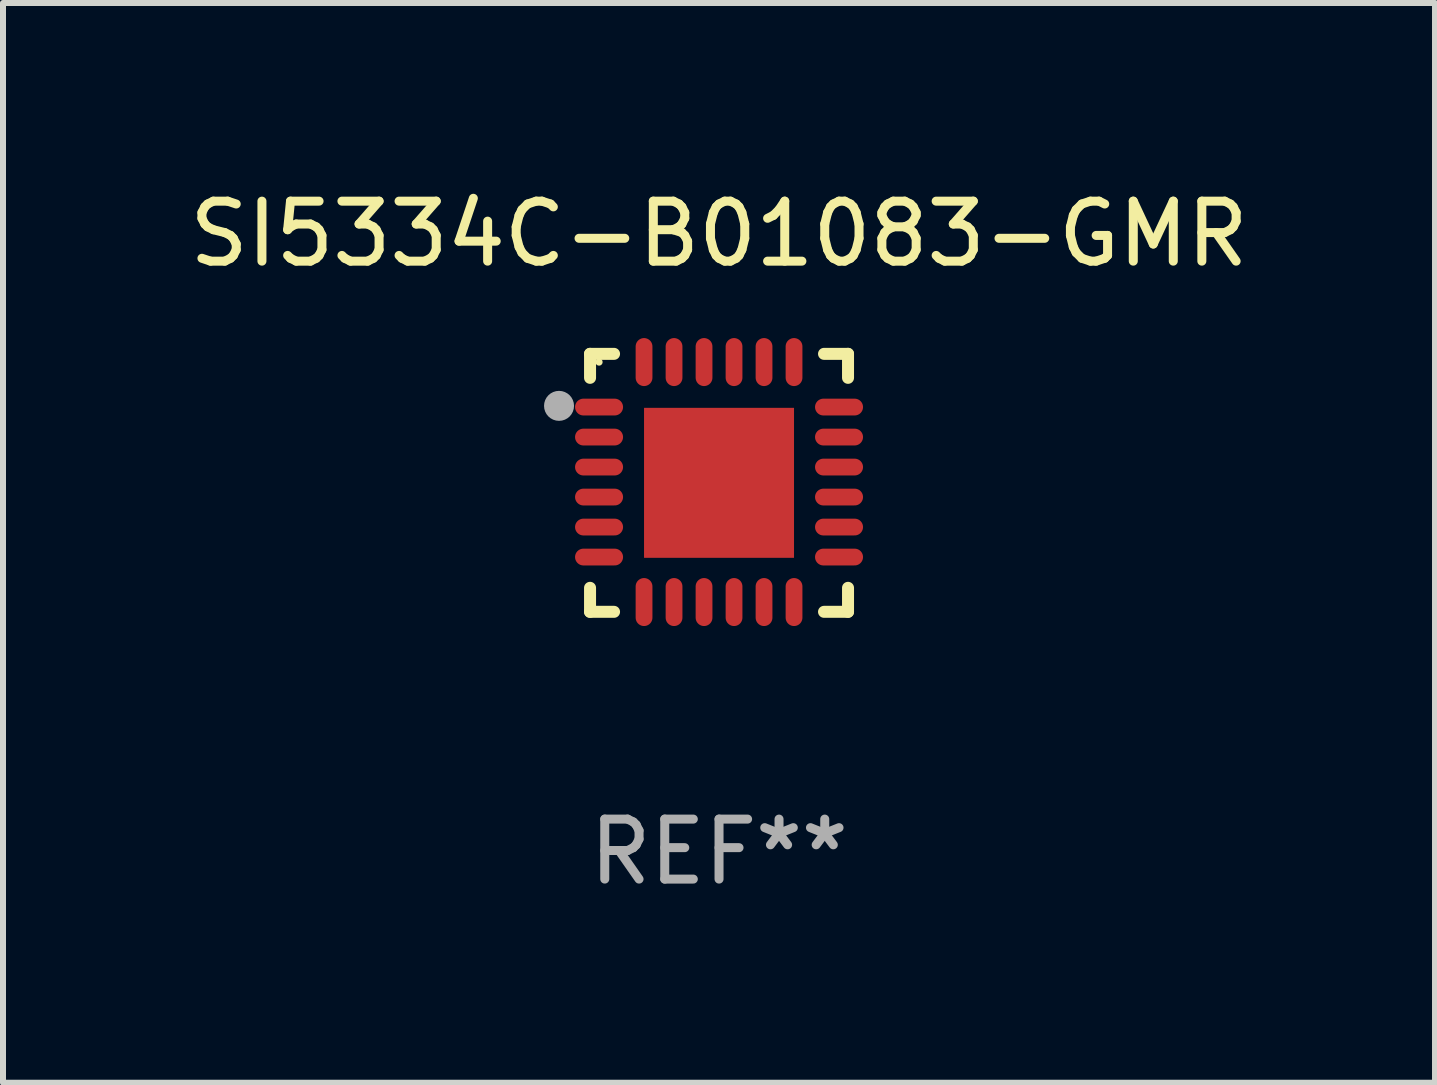
<source format=kicad_pcb>
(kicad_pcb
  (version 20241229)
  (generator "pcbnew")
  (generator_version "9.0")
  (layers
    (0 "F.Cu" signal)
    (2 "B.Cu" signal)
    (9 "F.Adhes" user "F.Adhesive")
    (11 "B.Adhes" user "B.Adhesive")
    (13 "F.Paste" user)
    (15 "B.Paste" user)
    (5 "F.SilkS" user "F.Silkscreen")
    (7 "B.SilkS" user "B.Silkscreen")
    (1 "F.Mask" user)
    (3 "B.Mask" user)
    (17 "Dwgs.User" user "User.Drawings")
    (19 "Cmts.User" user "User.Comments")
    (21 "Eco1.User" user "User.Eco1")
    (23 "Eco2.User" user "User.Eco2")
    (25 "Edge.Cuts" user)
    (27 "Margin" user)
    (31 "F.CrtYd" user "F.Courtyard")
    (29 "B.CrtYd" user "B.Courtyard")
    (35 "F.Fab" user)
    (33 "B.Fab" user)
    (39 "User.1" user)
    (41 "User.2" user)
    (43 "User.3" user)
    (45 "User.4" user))
  (footprint "SI5334C-B01083-GMR"
    (layer "F.Cu")
    (at 8.935 4.998)
    (property "Reference" "SI5334C-B01083-GMR" (at 0 -4.15 0) (layer "F.SilkS") (effects (font (size 1 1) (thickness 0.15))))
    (attr through_hole)
    (fp_line (start -2.15 -2.15) (end -1.75 -2.15) (stroke (width 0.2) (type solid)) (layer "F.SilkS"))
    (fp_line (start -2.15 -1.75) (end -2.15 -2.15) (stroke (width 0.2) (type solid)) (layer "F.SilkS"))
    (fp_line (start -2.15 2.15) (end -2.15 1.75) (stroke (width 0.2) (type solid)) (layer "F.SilkS"))
    (fp_line (start -1.75 2.15) (end -2.15 2.15) (stroke (width 0.2) (type solid)) (layer "F.SilkS"))
    (fp_line (start 1.75 -2.15) (end 2.15 -2.15) (stroke (width 0.2) (type solid)) (layer "F.SilkS"))
    (fp_line (start 1.75 2.15) (end 2.15 2.15) (stroke (width 0.2) (type solid)) (layer "F.SilkS"))
    (fp_line (start 2.15 -2.15) (end 2.15 -1.75) (stroke (width 0.2) (type solid)) (layer "F.SilkS"))
    (fp_line (start 2.15 2.15) (end 2.15 1.75) (stroke (width 0.2) (type solid)) (layer "F.SilkS"))
    (fp_circle (center -2 -2.013) (end -1.97 -2.013) (stroke (width 0.06) (type solid)) (fill no) (layer "F.SilkS"))
    (fp_circle (center -2.667 -1.283) (end -2.542 -1.283) (stroke (width 0.25) (type solid)) (fill no) (layer "F.Fab"))
    (fp_text user "REF**" (at 0 6.15 0) (layer "F.Fab") (effects (font (size 1 1) (thickness 0.15))))
    (pad "1" smd oval (at -2 -1.263) (size 0.8 0.28) (layers "F.Cu" "F.Mask" "F.Paste"))
    (pad "2" smd oval (at -2 -0.763) (size 0.8 0.28) (layers "F.Cu" "F.Mask" "F.Paste"))
    (pad "3" smd oval (at -2 -0.263) (size 0.8 0.28) (layers "F.Cu" "F.Mask" "F.Paste"))
    (pad "4" smd oval (at -2 0.237) (size 0.8 0.28) (layers "F.Cu" "F.Mask" "F.Paste"))
    (pad "5" smd oval (at -2 0.737) (size 0.8 0.28) (layers "F.Cu" "F.Mask" "F.Paste"))
    (pad "6" smd oval (at -2 1.237) (size 0.8 0.28) (layers "F.Cu" "F.Mask" "F.Paste"))
    (pad "7" smd oval (at -1.25 1.987) (size 0.28 0.8) (layers "F.Cu" "F.Mask" "F.Paste"))
    (pad "8" smd oval (at -0.75 1.987) (size 0.28 0.8) (layers "F.Cu" "F.Mask" "F.Paste"))
    (pad "9" smd oval (at -0.25 1.987) (size 0.28 0.8) (layers "F.Cu" "F.Mask" "F.Paste"))
    (pad "10" smd oval (at 0.25 1.987) (size 0.28 0.8) (layers "F.Cu" "F.Mask" "F.Paste"))
    (pad "11" smd oval (at 0.75 1.987) (size 0.28 0.8) (layers "F.Cu" "F.Mask" "F.Paste"))
    (pad "12" smd oval (at 1.25 1.987) (size 0.28 0.8) (layers "F.Cu" "F.Mask" "F.Paste"))
    (pad "13" smd oval (at 2 1.237) (size 0.8 0.28) (layers "F.Cu" "F.Mask" "F.Paste"))
    (pad "14" smd oval (at 2 0.737) (size 0.8 0.28) (layers "F.Cu" "F.Mask" "F.Paste"))
    (pad "15" smd oval (at 2 0.237) (size 0.8 0.28) (layers "F.Cu" "F.Mask" "F.Paste"))
    (pad "16" smd oval (at 2 -0.263) (size 0.8 0.28) (layers "F.Cu" "F.Mask" "F.Paste"))
    (pad "17" smd oval (at 2 -0.763) (size 0.8 0.28) (layers "F.Cu" "F.Mask" "F.Paste"))
    (pad "18" smd oval (at 2 -1.263) (size 0.8 0.28) (layers "F.Cu" "F.Mask" "F.Paste"))
    (pad "19" smd oval (at 1.25 -2.013) (size 0.28 0.8) (layers "F.Cu" "F.Mask" "F.Paste"))
    (pad "20" smd oval (at 0.75 -2.013) (size 0.28 0.8) (layers "F.Cu" "F.Mask" "F.Paste"))
    (pad "21" smd oval (at 0.25 -2.013) (size 0.28 0.8) (layers "F.Cu" "F.Mask" "F.Paste"))
    (pad "22" smd oval (at -0.25 -2.013) (size 0.28 0.8) (layers "F.Cu" "F.Mask" "F.Paste"))
    (pad "23" smd oval (at -0.75 -2.013) (size 0.28 0.8) (layers "F.Cu" "F.Mask" "F.Paste"))
    (pad "24" smd oval (at -1.25 -2.013) (size 0.28 0.8) (layers "F.Cu" "F.Mask" "F.Paste"))
    (pad "25" smd rect (at -0.000127 -0.00014) (size 2.5 2.5) (layers "F.Cu" "F.Mask" "F.Paste")))
  (gr_rect
    (start -3 -3)
    (end 20.869 14.997)
    (stroke (width 0.1) (type default))
    (fill no)
    (layer "Edge.Cuts")))
</source>
